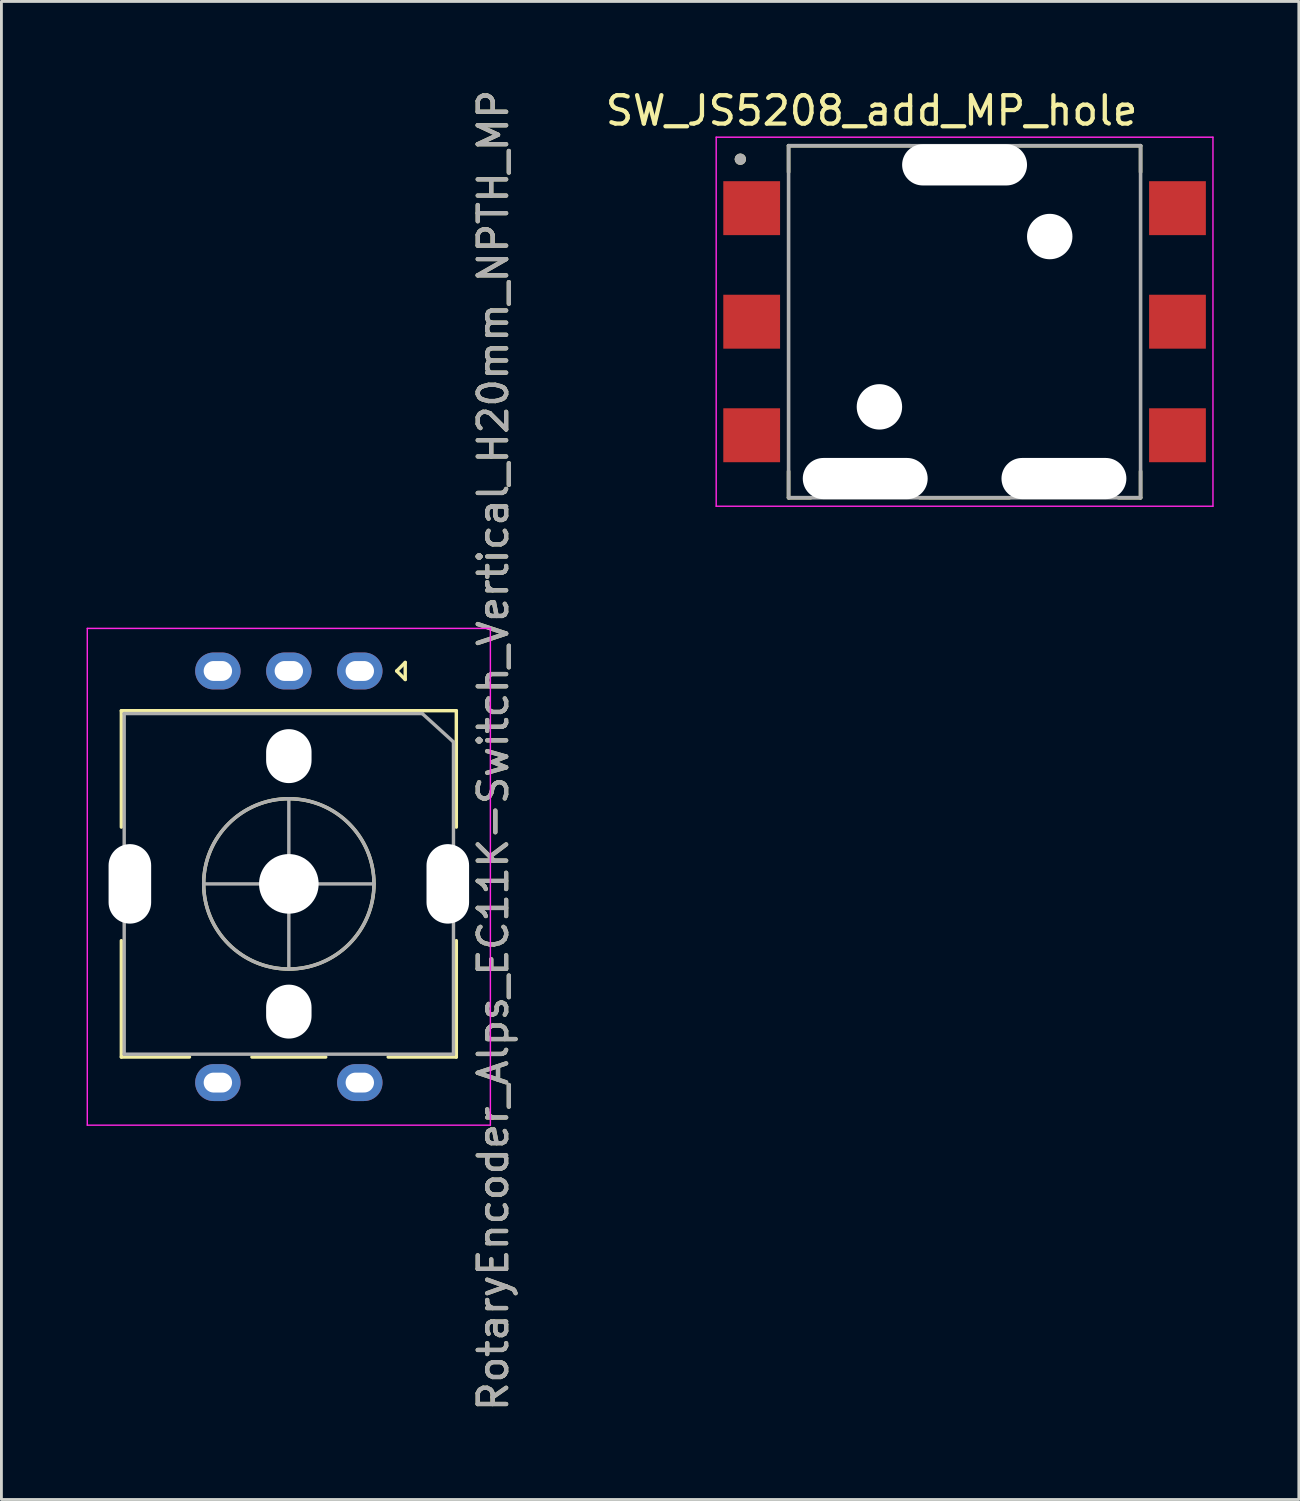
<source format=kicad_pcb>
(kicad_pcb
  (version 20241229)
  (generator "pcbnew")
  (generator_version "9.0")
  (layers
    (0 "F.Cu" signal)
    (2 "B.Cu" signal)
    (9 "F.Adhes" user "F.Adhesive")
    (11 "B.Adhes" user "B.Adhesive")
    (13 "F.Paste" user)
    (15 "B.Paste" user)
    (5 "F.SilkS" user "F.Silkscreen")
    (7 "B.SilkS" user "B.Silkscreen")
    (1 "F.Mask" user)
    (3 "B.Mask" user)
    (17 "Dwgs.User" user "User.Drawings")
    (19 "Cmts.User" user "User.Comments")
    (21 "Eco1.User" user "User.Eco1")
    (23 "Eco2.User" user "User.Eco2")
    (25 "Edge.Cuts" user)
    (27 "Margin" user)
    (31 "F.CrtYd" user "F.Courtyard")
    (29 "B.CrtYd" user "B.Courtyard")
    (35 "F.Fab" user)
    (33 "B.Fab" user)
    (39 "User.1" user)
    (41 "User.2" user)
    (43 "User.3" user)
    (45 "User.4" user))
  (footprint "SW_JS5208_add_MP_hole"
    (layer "F.Cu")
    (at 30.93 8.283)
    (property "Reference" "SW_JS5208_add_MP_hole" (at -3.275 -7.435 0) (layer "F.SilkS") (effects (font (size 1 1) (thickness 0.15))))
    (attr smd)
    (fp_line (start -6.2 -6.2) (end -1.92 -6.2) (stroke (width 0.127) (type solid)) (layer "F.SilkS"))
    (fp_line (start -6.2 -5.27) (end -6.2 -6.2) (stroke (width 0.127) (type solid)) (layer "F.SilkS"))
    (fp_line (start -6.2 5.27) (end -6.2 6.2) (stroke (width 0.127) (type solid)) (layer "F.SilkS"))
    (fp_line (start -6.2 6.2) (end -5.42 6.2) (stroke (width 0.127) (type solid)) (layer "F.SilkS"))
    (fp_line (start -1.58 6.2) (end 1.58 6.2) (stroke (width 0.127) (type solid)) (layer "F.SilkS"))
    (fp_line (start 1.92 -6.2) (end 6.2 -6.2) (stroke (width 0.127) (type solid)) (layer "F.SilkS"))
    (fp_line (start 5.42 6.2) (end 6.2 6.2) (stroke (width 0.127) (type solid)) (layer "F.SilkS"))
    (fp_line (start 6.2 -6.2) (end 6.2 -5.27) (stroke (width 0.127) (type solid)) (layer "F.SilkS"))
    (fp_line (start 6.2 6.2) (end 6.2 5.27) (stroke (width 0.127) (type solid)) (layer "F.SilkS"))
    (fp_circle (center -7.9 -5.725) (end -7.8 -5.725) (stroke (width 0.2) (type solid)) (fill no) (layer "F.SilkS"))
    (fp_line (start -8.75 -6.5) (end -8.75 6.5) (stroke (width 0.05) (type solid)) (layer "F.CrtYd"))
    (fp_line (start -8.75 6.5) (end 8.75 6.5) (stroke (width 0.05) (type solid)) (layer "F.CrtYd"))
    (fp_line (start 8.75 -6.5) (end -8.75 -6.5) (stroke (width 0.05) (type solid)) (layer "F.CrtYd"))
    (fp_line (start 8.75 6.5) (end 8.75 -6.5) (stroke (width 0.05) (type solid)) (layer "F.CrtYd"))
    (fp_line (start -6.2 -6.2) (end 6.2 -6.2) (stroke (width 0.127) (type solid)) (layer "F.Fab"))
    (fp_line (start -6.2 6.2) (end -6.2 -6.2) (stroke (width 0.127) (type solid)) (layer "F.Fab"))
    (fp_line (start 6.2 -6.2) (end 6.2 6.2) (stroke (width 0.127) (type solid)) (layer "F.Fab"))
    (fp_line (start 6.2 6.2) (end -6.2 6.2) (stroke (width 0.127) (type solid)) (layer "F.Fab"))
    (fp_circle (center -7.9 -5.725) (end -7.8 -5.725) (stroke (width 0.2) (type solid)) (fill no) (layer "F.Fab"))
    (pad "" np_thru_hole oval (at -3.5 5.525) (size 4.4 1.45) (drill oval 4.4 1.45) (layers "*.Cu" "*.Mask"))
    (pad "" np_thru_hole circle (at -3 3) (size 1.6 1.6) (drill 1.6) (layers "*.Cu" "*.Mask"))
    (pad "" np_thru_hole oval (at 0 -5.525) (size 4.4 1.45) (drill oval 4.4 1.45) (layers "*.Cu" "*.Mask"))
    (pad "" np_thru_hole circle (at 3 -3) (size 1.6 1.6) (drill 1.6) (layers "*.Cu" "*.Mask"))
    (pad "" np_thru_hole oval (at 3.5 5.525) (size 4.4 1.45) (drill oval 4.4 1.45) (layers "*.Cu" "*.Mask"))
    (pad "1" smd rect (at -7.5 -4) (size 2 1.9) (layers "F.Cu" "F.Mask" "F.Paste"))
    (pad "2" smd rect (at -7.5 0) (size 2 1.9) (layers "F.Cu" "F.Mask" "F.Paste"))
    (pad "3" smd rect (at -7.5 4) (size 2 1.9) (layers "F.Cu" "F.Mask" "F.Paste"))
    (pad "4" smd rect (at 7.5 -4) (size 2 1.9) (layers "F.Cu" "F.Mask" "F.Paste"))
    (pad "5" smd rect (at 7.5 0) (size 2 1.9) (layers "F.Cu" "F.Mask" "F.Paste"))
    (pad "6" smd rect (at 7.5 4) (size 2 1.9) (layers "F.Cu" "F.Mask" "F.Paste")))
  (footprint "RotaryEncoder_Alps_EC11K-Switch_Vertical_H20mm_NPTH_MP"
    (layer "F.Cu")
    (at 7.125 28.087)
    (property "Reference" "RotaryEncoder_Alps_EC11K-Switch_Vertical_H20mm_NPTH_MP" (at 7.2 -4.7 270) (layer "F.SilkS") (effects (font (size 1 1) (thickness 0.15))))
    (attr through_hole)
    (fp_line (start -5.9 -2) (end -5.9 -6.1) (stroke (width 0.12) (type solid)) (layer "F.SilkS"))
    (fp_line (start -5.9 6.1) (end -5.9 2) (stroke (width 0.12) (type solid)) (layer "F.SilkS"))
    (fp_line (start -3.5 6.1) (end -5.9 6.1) (stroke (width 0.12) (type solid)) (layer "F.SilkS"))
    (fp_line (start 0 -0.5) (end 0 0.5) (stroke (width 0.12) (type solid)) (layer "F.SilkS"))
    (fp_line (start 0.5 0) (end -0.5 0) (stroke (width 0.12) (type solid)) (layer "F.SilkS"))
    (fp_line (start 1.3 6.1) (end -1.3 6.1) (stroke (width 0.12) (type solid)) (layer "F.SilkS"))
    (fp_line (start 3.8 -7.5) (end 4.1 -7.8) (stroke (width 0.12) (type solid)) (layer "F.SilkS"))
    (fp_line (start 4.1 -7.8) (end 4.1 -7.2) (stroke (width 0.12) (type solid)) (layer "F.SilkS"))
    (fp_line (start 4.1 -7.2) (end 3.8 -7.5) (stroke (width 0.12) (type solid)) (layer "F.SilkS"))
    (fp_line (start 5.9 -6.1) (end -5.9 -6.1) (stroke (width 0.12) (type solid)) (layer "F.SilkS"))
    (fp_line (start 5.9 -2) (end 5.9 -6.1) (stroke (width 0.12) (type solid)) (layer "F.SilkS"))
    (fp_line (start 5.9 2) (end 5.9 6.1) (stroke (width 0.12) (type solid)) (layer "F.SilkS"))
    (fp_line (start 5.9 6.1) (end 3.5 6.1) (stroke (width 0.12) (type solid)) (layer "F.SilkS"))
    (fp_circle (center 0 0) (end 0 3) (stroke (width 0.12) (type solid)) (fill no) (layer "F.SilkS"))
    (fp_line (start -7.1 8.5) (end -7.1 -9) (stroke (width 0.05) (type solid)) (layer "F.CrtYd"))
    (fp_line (start -7.1 8.5) (end 7.1 8.5) (stroke (width 0.05) (type solid)) (layer "F.CrtYd"))
    (fp_line (start 7.1 -9) (end -7.1 -9) (stroke (width 0.05) (type solid)) (layer "F.CrtYd"))
    (fp_line (start 7.1 -9) (end 7.1 8.5) (stroke (width 0.05) (type solid)) (layer "F.CrtYd"))
    (fp_line (start -5.8 -6) (end 4.7 -6) (stroke (width 0.12) (type solid)) (layer "F.Fab"))
    (fp_line (start -5.8 6) (end -5.8 -6) (stroke (width 0.12) (type solid)) (layer "F.Fab"))
    (fp_line (start 0 -3) (end 0 3) (stroke (width 0.12) (type solid)) (layer "F.Fab"))
    (fp_line (start 3 0) (end -3 0) (stroke (width 0.12) (type solid)) (layer "F.Fab"))
    (fp_line (start 4.7 -6) (end 5.8 -5) (stroke (width 0.12) (type solid)) (layer "F.Fab"))
    (fp_line (start 5.8 -5) (end 5.8 6) (stroke (width 0.12) (type solid)) (layer "F.Fab"))
    (fp_line (start 5.8 6) (end -5.8 6) (stroke (width 0.12) (type solid)) (layer "F.Fab"))
    (fp_circle (center 0 0) (end 0 3) (stroke (width 0.12) (type solid)) (fill no) (layer "F.Fab"))
    (fp_text user "${REFERENCE}" (at 7.2 -4.7 270) (layer "F.Fab") (effects (font (size 1 1) (thickness 0.15))))
    (pad "" np_thru_hole oval (at -5.6 0 270) (size 2.8 1.5) (drill oval 2.8 1.5) (layers "*.Cu" "*.Mask"))
    (pad "" np_thru_hole oval (at 0 -4.5 270) (size 1.9 1.6) (drill oval 1.9 1.6) (layers "*.Cu" "*.Mask"))
    (pad "" np_thru_hole circle (at 0 0 270) (size 2.1 2.1) (drill 2.1) (layers "*.Cu" "*.Mask"))
    (pad "" np_thru_hole oval (at 0 4.5 270) (size 1.9 1.6) (drill oval 1.9 1.6) (layers "*.Cu" "*.Mask"))
    (pad "" np_thru_hole oval (at 5.6 0 270) (size 2.8 1.5) (drill oval 2.8 1.5) (layers "*.Cu" "*.Mask"))
    (pad "A" thru_hole oval (at 2.5 -7.5) (size 1.6 1.3) (drill oval 1 0.7) (layers "*.Cu" "*.Mask"))
    (pad "B" thru_hole oval (at -2.5 -7.5) (size 1.6 1.3) (drill oval 1 0.7) (layers "*.Cu" "*.Mask"))
    (pad "C" thru_hole oval (at 0 -7.5) (size 1.6 1.3) (drill oval 1 0.7) (layers "*.Cu" "*.Mask"))
    (pad "S1" thru_hole oval (at 2.5 7) (size 1.6 1.3) (drill oval 1 0.7) (layers "*.Cu" "*.Mask"))
    (pad "S2" thru_hole oval (at -2.5 7) (size 1.6 1.3) (drill oval 1 0.7) (layers "*.Cu" "*.Mask")))
  (gr_rect
    (start -3 -3)
    (end 42.705 49.774)
    (stroke (width 0.1) (type default))
    (fill no)
    (layer "Edge.Cuts")))
</source>
